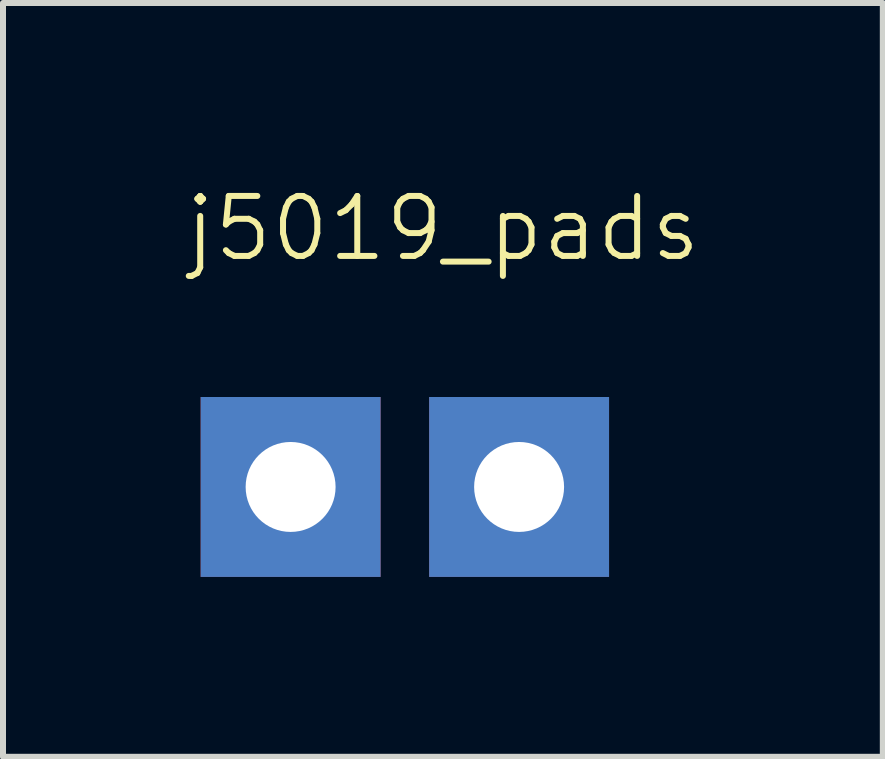
<source format=kicad_pcb>
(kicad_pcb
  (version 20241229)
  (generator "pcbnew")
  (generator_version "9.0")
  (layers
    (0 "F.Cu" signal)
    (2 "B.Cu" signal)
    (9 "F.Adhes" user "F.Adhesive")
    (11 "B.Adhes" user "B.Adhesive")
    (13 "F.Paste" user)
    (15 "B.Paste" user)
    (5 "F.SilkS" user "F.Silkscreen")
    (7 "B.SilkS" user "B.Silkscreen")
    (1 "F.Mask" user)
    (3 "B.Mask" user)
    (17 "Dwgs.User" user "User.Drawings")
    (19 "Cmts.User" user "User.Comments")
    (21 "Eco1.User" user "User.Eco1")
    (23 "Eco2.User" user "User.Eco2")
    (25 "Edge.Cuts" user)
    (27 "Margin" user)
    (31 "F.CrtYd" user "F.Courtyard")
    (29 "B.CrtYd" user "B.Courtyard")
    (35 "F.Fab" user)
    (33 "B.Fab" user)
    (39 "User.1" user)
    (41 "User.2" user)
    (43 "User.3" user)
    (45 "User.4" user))
  (footprint "j5019_pads"
    (layer "F.Cu")
    (at 4.336 1.26)
    (property "Reference" "j5019_pads" (at 0 -0.5 0) (unlocked yes) (layer "F.SilkS") (effects (font (size 1 1) (thickness 0.1))))
    (attr through_hole)
    (pad "3" thru_hole rect (at -2.54 3.81 90) (size 3 3) (drill 1.5) (layers "*.Cu" "*.Mask"))
    (pad "4" thru_hole rect (at 1.27 3.81 90) (size 3 3) (drill 1.5) (layers "*.Cu" "*.Mask")))
  (gr_rect
    (start -3 -3)
    (end 11.671 9.57)
    (stroke (width 0.1) (type default))
    (fill no)
    (layer "Edge.Cuts")))
</source>
